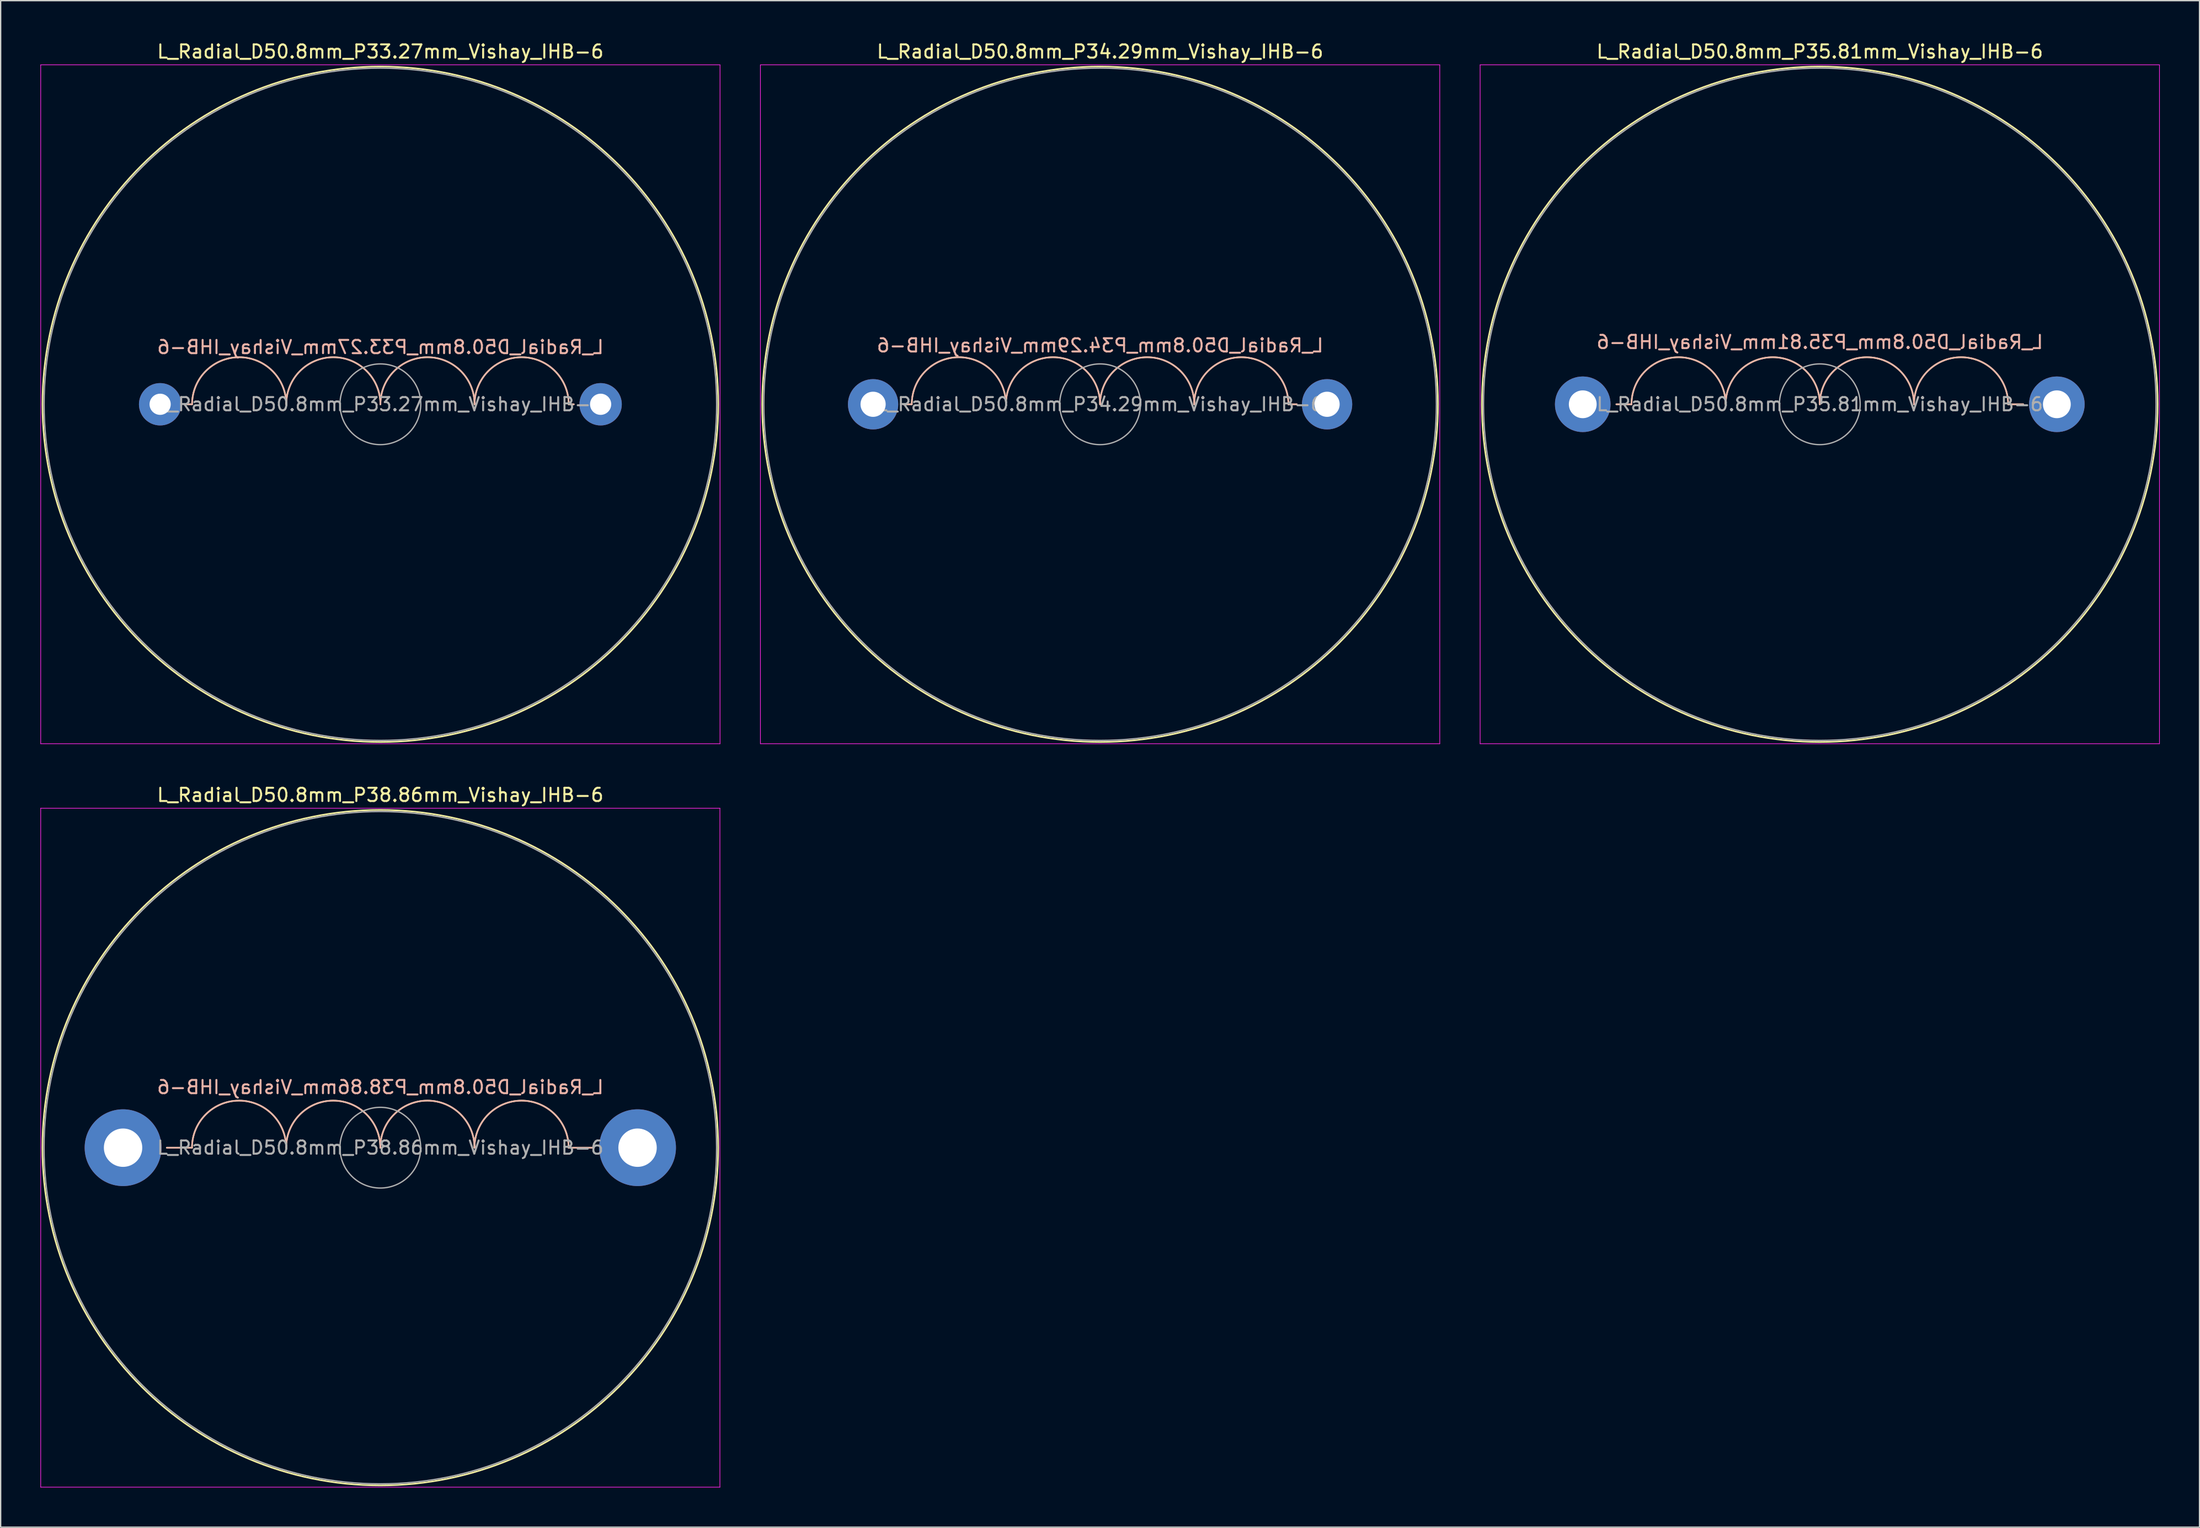
<source format=kicad_pcb>
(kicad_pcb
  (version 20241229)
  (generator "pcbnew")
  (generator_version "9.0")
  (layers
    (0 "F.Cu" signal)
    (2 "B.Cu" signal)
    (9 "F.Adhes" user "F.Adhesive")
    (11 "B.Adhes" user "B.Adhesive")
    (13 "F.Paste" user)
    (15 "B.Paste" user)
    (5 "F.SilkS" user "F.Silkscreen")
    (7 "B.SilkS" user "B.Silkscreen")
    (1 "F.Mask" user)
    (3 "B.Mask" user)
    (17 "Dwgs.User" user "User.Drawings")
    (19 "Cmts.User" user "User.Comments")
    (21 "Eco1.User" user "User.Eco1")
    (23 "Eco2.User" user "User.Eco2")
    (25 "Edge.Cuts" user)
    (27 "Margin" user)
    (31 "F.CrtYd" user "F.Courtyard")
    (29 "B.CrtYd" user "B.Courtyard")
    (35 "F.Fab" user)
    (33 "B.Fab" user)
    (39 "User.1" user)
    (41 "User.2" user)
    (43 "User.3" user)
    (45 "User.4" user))
  (footprint "L_Radial_D50.8mm_P34.29mm_Vishay_IHB-6"
    (layer "F.Cu")
    (at 62.895 27.498)
    (property "Reference" "L_Radial_D50.8mm_P34.29mm_Vishay_IHB-6" (at 17.145 -26.65 0) (layer "F.SilkS") (effects (font (size 1 1) (thickness 0.15))))
    (fp_line (start 2.921 0) (end 2.286 0) (stroke (width 0.12) (type solid)) (layer "F.SilkS"))
    (fp_line (start 31.369 0) (end 32.004 0) (stroke (width 0.12) (type solid)) (layer "F.SilkS"))
    (fp_arc (start 2.921 0) (mid 6.477 -3.556) (end 10.033 0) (stroke (width 0.12) (type solid)) (layer "F.SilkS"))
    (fp_arc (start 10.033 0) (mid 13.589 -3.556) (end 17.145 0) (stroke (width 0.12) (type solid)) (layer "F.SilkS"))
    (fp_arc (start 17.145 0) (mid 20.701 -3.556) (end 24.257 0) (stroke (width 0.12) (type solid)) (layer "F.SilkS"))
    (fp_arc (start 24.257 0) (mid 27.813 -3.556) (end 31.369 0) (stroke (width 0.12) (type solid)) (layer "F.SilkS"))
    (fp_circle (center 17.145 0) (end 42.665 0) (stroke (width 0.12) (type solid)) (fill no) (layer "F.SilkS"))
    (fp_line (start 2.921 0) (end 2.286 0) (stroke (width 0.12) (type solid)) (layer "B.SilkS"))
    (fp_line (start 31.369 0) (end 32.004 0) (stroke (width 0.12) (type solid)) (layer "B.SilkS"))
    (fp_arc (start 2.921 0) (mid 6.477 -3.556) (end 10.033 0) (stroke (width 0.12) (type solid)) (layer "B.SilkS"))
    (fp_arc (start 10.033 0) (mid 13.589 -3.556) (end 17.145 0) (stroke (width 0.12) (type solid)) (layer "B.SilkS"))
    (fp_arc (start 17.145 0) (mid 20.701 -3.556) (end 24.257 0) (stroke (width 0.12) (type solid)) (layer "B.SilkS"))
    (fp_arc (start 24.257 0) (mid 27.813 -3.556) (end 31.369 0) (stroke (width 0.12) (type solid)) (layer "B.SilkS"))
    (fp_line (start -8.51 -25.65) (end -8.51 25.65) (stroke (width 0.05) (type solid)) (layer "F.CrtYd"))
    (fp_line (start -8.51 25.65) (end 42.8 25.65) (stroke (width 0.05) (type solid)) (layer "F.CrtYd"))
    (fp_line (start 42.8 -25.65) (end -8.51 -25.65) (stroke (width 0.05) (type solid)) (layer "F.CrtYd"))
    (fp_line (start 42.8 25.65) (end 42.8 -25.65) (stroke (width 0.05) (type solid)) (layer "F.CrtYd"))
    (fp_circle (center 17.145 0) (end 20.195 0) (stroke (width 0.1) (type solid)) (fill no) (layer "F.Fab"))
    (fp_circle (center 17.145 0) (end 42.545 0) (stroke (width 0.1) (type solid)) (fill no) (layer "F.Fab"))
    (fp_text user "${REFERENCE}" (at 17.145 -4.445 0) (layer "B.SilkS") (effects (font (size 1 1) (thickness 0.15)) (justify mirror)))
    (fp_text user "${REFERENCE}" (at 17.145 0 0) (layer "F.Fab") (effects (font (size 1 1) (thickness 0.15))))
    (pad "1" thru_hole circle (at 0 0) (size 3.8 3.8) (drill 1.9) (layers "*.Cu" "*.Mask"))
    (pad "2" thru_hole circle (at 34.29 0) (size 3.8 3.8) (drill 1.9) (layers "*.Cu" "*.Mask")))
  (footprint "L_Radial_D50.8mm_P38.86mm_Vishay_IHB-6"
    (layer "F.Cu")
    (at 6.245 83.671)
    (property "Reference" "L_Radial_D50.8mm_P38.86mm_Vishay_IHB-6" (at 19.43 -26.65 0) (layer "F.SilkS") (effects (font (size 1 1) (thickness 0.15))))
    (fp_line (start 5.206 0) (end 3.302 0) (stroke (width 0.12) (type solid)) (layer "F.SilkS"))
    (fp_line (start 33.654 0) (end 35.56 0) (stroke (width 0.12) (type solid)) (layer "F.SilkS"))
    (fp_arc (start 5.206 0) (mid 8.762 -3.556) (end 12.318 0) (stroke (width 0.12) (type solid)) (layer "F.SilkS"))
    (fp_arc (start 12.318 0) (mid 15.874 -3.556) (end 19.43 0) (stroke (width 0.12) (type solid)) (layer "F.SilkS"))
    (fp_arc (start 19.43 0) (mid 22.986 -3.556) (end 26.542 0) (stroke (width 0.12) (type solid)) (layer "F.SilkS"))
    (fp_arc (start 26.542 0) (mid 30.098 -3.556) (end 33.654 0) (stroke (width 0.12) (type solid)) (layer "F.SilkS"))
    (fp_circle (center 19.43 0) (end 44.95 0) (stroke (width 0.12) (type solid)) (fill no) (layer "F.SilkS"))
    (fp_line (start 5.208 0) (end 3.302 0) (stroke (width 0.12) (type solid)) (layer "B.SilkS"))
    (fp_line (start 33.656 0) (end 35.56 0) (stroke (width 0.12) (type solid)) (layer "B.SilkS"))
    (fp_arc (start 5.208 0) (mid 8.764 -3.556) (end 12.32 0) (stroke (width 0.12) (type solid)) (layer "B.SilkS"))
    (fp_arc (start 12.32 0) (mid 15.876 -3.556) (end 19.432 0) (stroke (width 0.12) (type solid)) (layer "B.SilkS"))
    (fp_arc (start 19.432 0) (mid 22.988 -3.556) (end 26.544 0) (stroke (width 0.12) (type solid)) (layer "B.SilkS"))
    (fp_arc (start 26.544 0) (mid 30.1 -3.556) (end 33.656 0) (stroke (width 0.12) (type solid)) (layer "B.SilkS"))
    (fp_line (start -6.22 -25.65) (end -6.22 25.65) (stroke (width 0.05) (type solid)) (layer "F.CrtYd"))
    (fp_line (start -6.22 25.65) (end 45.08 25.65) (stroke (width 0.05) (type solid)) (layer "F.CrtYd"))
    (fp_line (start 45.08 -25.65) (end -6.22 -25.65) (stroke (width 0.05) (type solid)) (layer "F.CrtYd"))
    (fp_line (start 45.08 25.65) (end 45.08 -25.65) (stroke (width 0.05) (type solid)) (layer "F.CrtYd"))
    (fp_circle (center 19.43 0) (end 22.48 0) (stroke (width 0.1) (type solid)) (fill no) (layer "F.Fab"))
    (fp_circle (center 19.43 0) (end 44.83 0) (stroke (width 0.1) (type solid)) (fill no) (layer "F.Fab"))
    (fp_text user "${REFERENCE}" (at 19.431 -4.572 0) (layer "B.SilkS") (effects (font (size 1 1) (thickness 0.15)) (justify mirror)))
    (fp_text user "${REFERENCE}" (at 19.43 0 0) (layer "F.Fab") (effects (font (size 1 1) (thickness 0.15))))
    (pad "1" thru_hole circle (at 0 0) (size 5.8 5.8) (drill 2.9) (layers "*.Cu" "*.Mask"))
    (pad "2" thru_hole circle (at 38.86 0) (size 5.8 5.8) (drill 2.9) (layers "*.Cu" "*.Mask")))
  (footprint "L_Radial_D50.8mm_P33.27mm_Vishay_IHB-6"
    (layer "F.Cu")
    (at 9.045 27.498)
    (property "Reference" "L_Radial_D50.8mm_P33.27mm_Vishay_IHB-6" (at 16.635 -26.65 0) (layer "F.SilkS") (effects (font (size 1 1) (thickness 0.15))))
    (fp_line (start 2.411 0) (end 2.032 0) (stroke (width 0.12) (type solid)) (layer "F.SilkS"))
    (fp_line (start 30.859 0) (end 31.242 0) (stroke (width 0.12) (type solid)) (layer "F.SilkS"))
    (fp_arc (start 2.411 0) (mid 5.967 -3.556) (end 9.523 0) (stroke (width 0.12) (type solid)) (layer "F.SilkS"))
    (fp_arc (start 9.523 0) (mid 13.079 -3.556) (end 16.635 0) (stroke (width 0.12) (type solid)) (layer "F.SilkS"))
    (fp_arc (start 16.635 0) (mid 20.191 -3.556) (end 23.747 0) (stroke (width 0.12) (type solid)) (layer "F.SilkS"))
    (fp_arc (start 23.747 0) (mid 27.303 -3.556) (end 30.859 0) (stroke (width 0.12) (type solid)) (layer "F.SilkS"))
    (fp_circle (center 16.635 0) (end 42.155 0) (stroke (width 0.12) (type solid)) (fill no) (layer "F.SilkS"))
    (fp_line (start 2.417 0) (end 2.034 0) (stroke (width 0.12) (type solid)) (layer "B.SilkS"))
    (fp_line (start 30.865 0) (end 31.244 0) (stroke (width 0.12) (type solid)) (layer "B.SilkS"))
    (fp_arc (start 2.417 0) (mid 5.973 -3.556) (end 9.529 0) (stroke (width 0.12) (type solid)) (layer "B.SilkS"))
    (fp_arc (start 9.529 0) (mid 13.085 -3.556) (end 16.641 0) (stroke (width 0.12) (type solid)) (layer "B.SilkS"))
    (fp_arc (start 16.641 0) (mid 20.197 -3.556) (end 23.753 0) (stroke (width 0.12) (type solid)) (layer "B.SilkS"))
    (fp_arc (start 23.753 0) (mid 27.309 -3.556) (end 30.865 0) (stroke (width 0.12) (type solid)) (layer "B.SilkS"))
    (fp_line (start -9.02 -25.65) (end -9.02 25.65) (stroke (width 0.05) (type solid)) (layer "F.CrtYd"))
    (fp_line (start -9.02 25.65) (end 42.29 25.65) (stroke (width 0.05) (type solid)) (layer "F.CrtYd"))
    (fp_line (start 42.29 -25.65) (end -9.02 -25.65) (stroke (width 0.05) (type solid)) (layer "F.CrtYd"))
    (fp_line (start 42.29 25.65) (end 42.29 -25.65) (stroke (width 0.05) (type solid)) (layer "F.CrtYd"))
    (fp_circle (center 16.635 0) (end 19.685 0) (stroke (width 0.1) (type solid)) (fill no) (layer "F.Fab"))
    (fp_circle (center 16.635 0) (end 42.035 0) (stroke (width 0.1) (type solid)) (fill no) (layer "F.Fab"))
    (fp_text user "${REFERENCE}" (at 16.637 -4.318 0) (layer "B.SilkS") (effects (font (size 1 1) (thickness 0.15)) (justify mirror)))
    (fp_text user "${REFERENCE}" (at 16.635 0 0) (layer "F.Fab") (effects (font (size 1 1) (thickness 0.15))))
    (pad "1" thru_hole circle (at 0 0) (size 3.2 3.2) (drill 1.6) (layers "*.Cu" "*.Mask"))
    (pad "2" thru_hole circle (at 33.27 0) (size 3.2 3.2) (drill 1.6) (layers "*.Cu" "*.Mask")))
  (footprint "L_Radial_D50.8mm_P35.81mm_Vishay_IHB-6"
    (layer "F.Cu")
    (at 116.495 27.498)
    (property "Reference" "L_Radial_D50.8mm_P35.81mm_Vishay_IHB-6" (at 17.905 -26.65 0) (layer "F.SilkS") (effects (font (size 1 1) (thickness 0.15))))
    (fp_line (start 3.681 0) (end 2.54 0) (stroke (width 0.12) (type solid)) (layer "F.SilkS"))
    (fp_line (start 32.129 0) (end 33.274 0) (stroke (width 0.12) (type solid)) (layer "F.SilkS"))
    (fp_arc (start 3.681 0) (mid 7.237 -3.556) (end 10.793 0) (stroke (width 0.12) (type solid)) (layer "F.SilkS"))
    (fp_arc (start 10.793 0) (mid 14.349 -3.556) (end 17.905 0) (stroke (width 0.12) (type solid)) (layer "F.SilkS"))
    (fp_arc (start 17.905 0) (mid 21.461 -3.556) (end 25.017 0) (stroke (width 0.12) (type solid)) (layer "F.SilkS"))
    (fp_arc (start 25.017 0) (mid 28.573 -3.556) (end 32.129 0) (stroke (width 0.12) (type solid)) (layer "F.SilkS"))
    (fp_circle (center 17.905 0) (end 43.425 0) (stroke (width 0.12) (type solid)) (fill no) (layer "F.SilkS"))
    (fp_line (start 3.685 0) (end 2.54 0) (stroke (width 0.12) (type solid)) (layer "B.SilkS"))
    (fp_line (start 32.133 0) (end 33.274 0) (stroke (width 0.12) (type solid)) (layer "B.SilkS"))
    (fp_arc (start 3.685 0) (mid 7.241 -3.556) (end 10.797 0) (stroke (width 0.12) (type solid)) (layer "B.SilkS"))
    (fp_arc (start 10.797 0) (mid 14.353 -3.556) (end 17.909 0) (stroke (width 0.12) (type solid)) (layer "B.SilkS"))
    (fp_arc (start 17.909 0) (mid 21.465 -3.556) (end 25.021 0) (stroke (width 0.12) (type solid)) (layer "B.SilkS"))
    (fp_arc (start 25.021 0) (mid 28.577 -3.556) (end 32.133 0) (stroke (width 0.12) (type solid)) (layer "B.SilkS"))
    (fp_line (start -7.75 -25.65) (end -7.75 25.65) (stroke (width 0.05) (type solid)) (layer "F.CrtYd"))
    (fp_line (start -7.75 25.65) (end 43.56 25.65) (stroke (width 0.05) (type solid)) (layer "F.CrtYd"))
    (fp_line (start 43.56 -25.65) (end -7.75 -25.65) (stroke (width 0.05) (type solid)) (layer "F.CrtYd"))
    (fp_line (start 43.56 25.65) (end 43.56 -25.65) (stroke (width 0.05) (type solid)) (layer "F.CrtYd"))
    (fp_circle (center 17.905 0) (end 20.955 0) (stroke (width 0.1) (type solid)) (fill no) (layer "F.Fab"))
    (fp_circle (center 17.905 0) (end 43.305 0) (stroke (width 0.1) (type solid)) (fill no) (layer "F.Fab"))
    (fp_text user "${REFERENCE}" (at 17.907 -4.699 0) (layer "B.SilkS") (effects (font (size 1 1) (thickness 0.15)) (justify mirror)))
    (fp_text user "${REFERENCE}" (at 17.905 0 0) (layer "F.Fab") (effects (font (size 1 1) (thickness 0.15))))
    (pad "1" thru_hole circle (at 0 0) (size 4.2 4.2) (drill 2.1) (layers "*.Cu" "*.Mask"))
    (pad "2" thru_hole circle (at 35.81 0) (size 4.2 4.2) (drill 2.1) (layers "*.Cu" "*.Mask")))
  (gr_rect
    (start -3 -3)
    (end 163.08 112.347)
    (stroke (width 0.1) (type default))
    (fill no)
    (layer "Edge.Cuts")))
</source>
